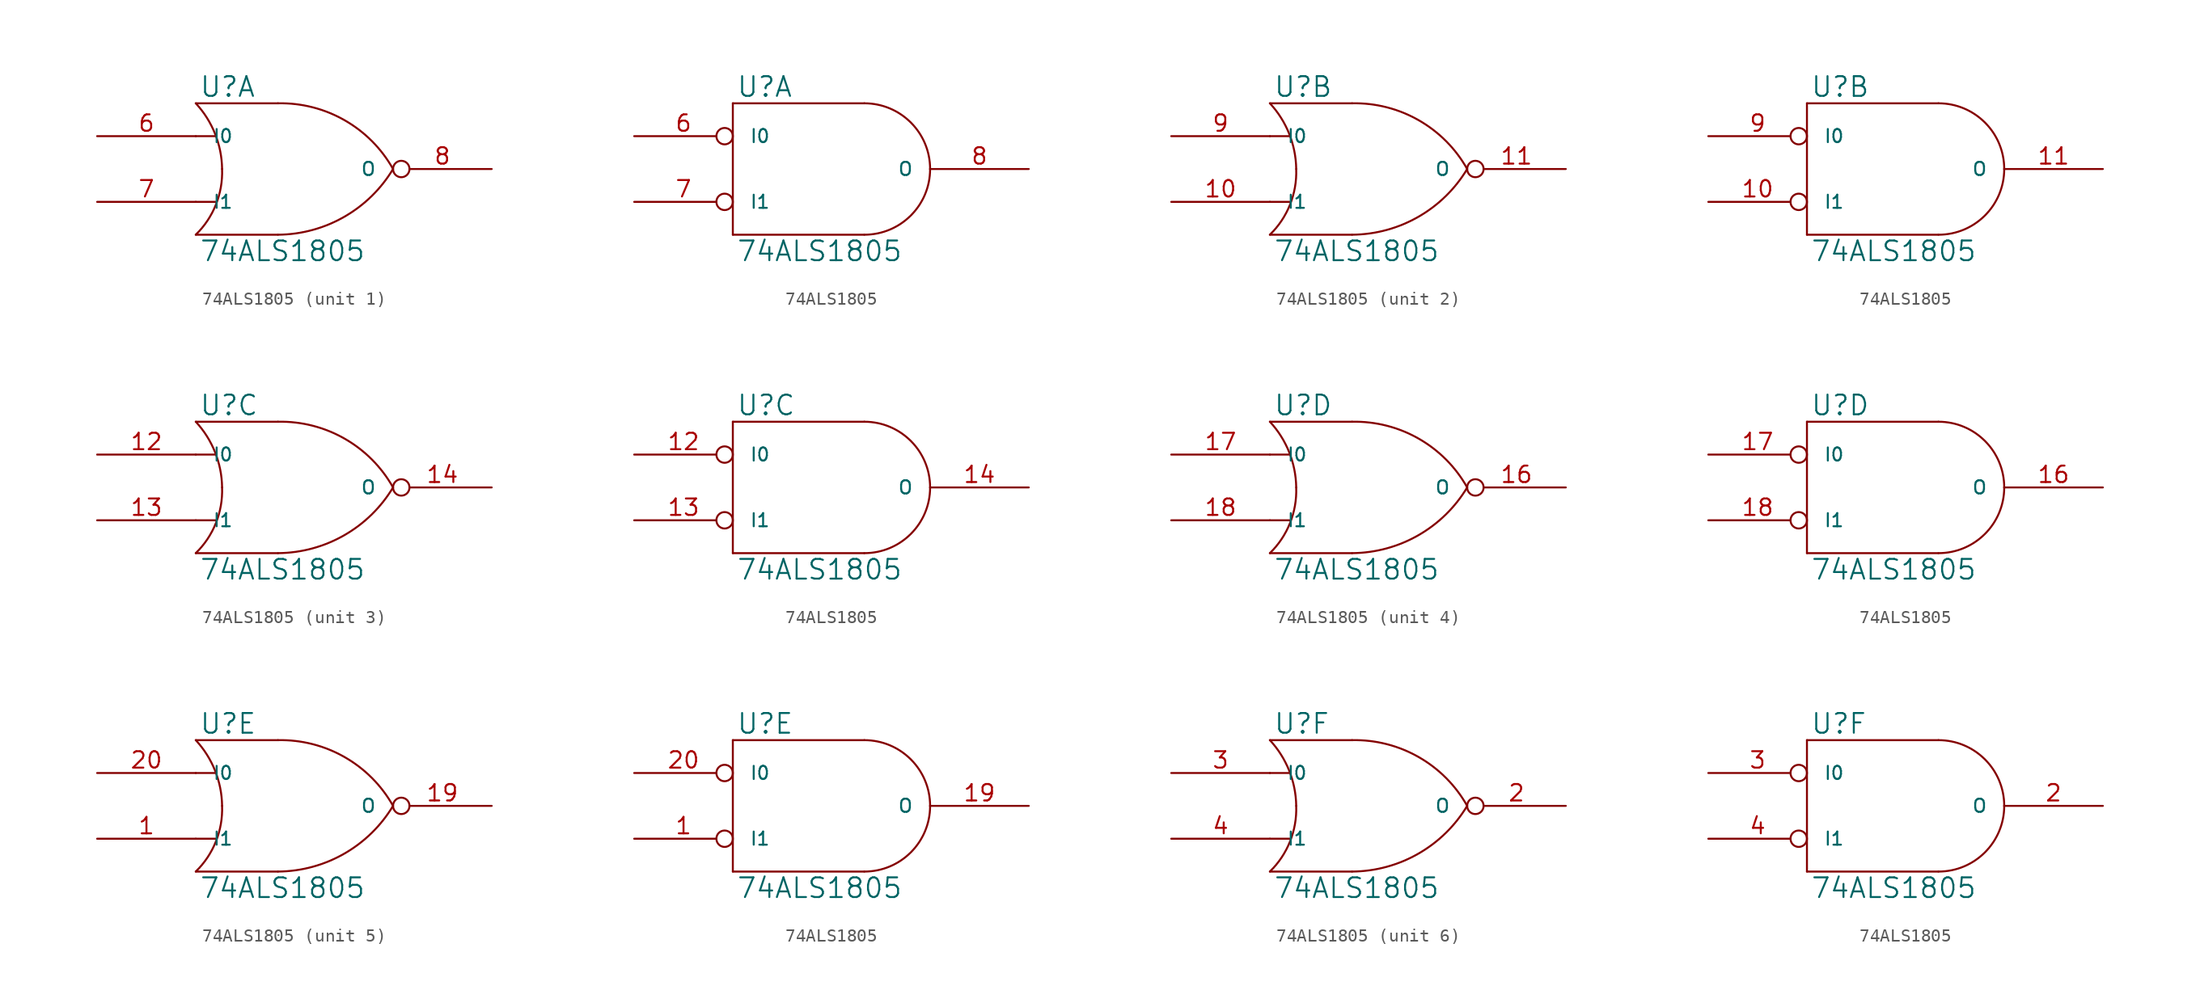
<source format=kicad_sym>
(kicad_symbol_lib
  (version 20231120)
  (generator "kicad_symbol_editor")
  (generator_version "8.0")
  (symbol "74ALS1805"
    (pin_names
      (offset 1.27))
    (property "Reference" "U"
      (at 0.254 0.381 0)
      (effects (font (size 1.524 1.524)) (justify left bottom)))
    (property "Value" "74ALS1805"
      (at 0.254 -10.541 0)
      (effects (font (size 1.524 1.524)) (justify left top)))
    (symbol "74ALS1805_0_1"
      (arc (start 0 -10.16) (mid 1.5573 -7.8293) (end 2.032 -5.08) (stroke (width 0) (type solid)) (fill (type none)))
      (polyline (pts (xy 0 -7.62) (xy 1.524 -7.62)) (stroke (width 0) (type solid)) (fill (type none)))
      (polyline (pts (xy 0 -2.54) (xy 1.524 -2.54)) (stroke (width 0) (type solid)) (fill (type none)))
      (polyline (pts (xy 6.35 -10.16) (xy 0 -10.16)) (stroke (width 0) (type solid)) (fill (type none)))
      (polyline (pts (xy 6.35 0) (xy 0 0)) (stroke (width 0) (type solid)) (fill (type none)))
      (arc (start 2.032 -5.08) (mid 1.4906 -2.3584) (end 0 0) (stroke (width 0) (type solid)) (fill (type none)))
      (arc (start 6.35 -10.16) (mid 11.4496 -8.7875) (end 15.24 -5.08) (stroke (width 0) (type solid)) (fill (type none)))
      (arc (start 15.24 -5.08) (mid 11.4893 -1.3041) (end 6.35 0) (stroke (width 0) (type solid)) (fill (type none))))
    (symbol "74ALS1805_0_2"
      (polyline (pts (xy 0 -10.16) (xy 10.16 -10.16)) (stroke (width 0) (type solid)) (fill (type none)))
      (polyline (pts (xy 0 0) (xy 0 -10.16)) (stroke (width 0) (type solid)) (fill (type none)))
      (polyline (pts (xy 10.16 0) (xy 0 0)) (stroke (width 0) (type solid)) (fill (type none)))
      (arc (start 10.16 -10.16) (mid 13.7521 -8.6721) (end 15.24 -5.08) (stroke (width 0) (type solid)) (fill (type none)))
      (arc (start 15.24 -5.08) (mid 13.7521 -1.4879) (end 10.16 0) (stroke (width 0) (type solid)) (fill (type none))))
    (symbol "74ALS1805_1_1"
      (pin power_in line (at 0 -10.16 90) (length 0) hide (name "GND" (effects (font (size 1.016 1.016)))) (number "15" (effects (font (size 1.27 1.27)))))
      (pin power_in line (at 0 0 270) (length 0) hide (name "VCC" (effects (font (size 1.016 1.016)))) (number "5" (effects (font (size 1.27 1.27)))))
      (pin input line (at -7.62 -2.54 0) (length 7.62) (name "I0" (effects (font (size 1.016 1.016)))) (number "6" (effects (font (size 1.27 1.27)))))
      (pin input line (at -7.62 -7.62 0) (length 7.62) (name "I1" (effects (font (size 1.016 1.016)))) (number "7" (effects (font (size 1.27 1.27)))))
      (pin output inverted (at 22.86 -5.08 180) (length 7.62) (name "O" (effects (font (size 1.016 1.016)))) (number "8" (effects (font (size 1.27 1.27))))))
    (symbol "74ALS1805_1_2"
      (pin power_in line (at 0 -10.16 90) (length 0) hide (name "GND" (effects (font (size 1.016 1.016)))) (number "15" (effects (font (size 1.27 1.27)))))
      (pin power_in line (at 0 0 270) (length 0) hide (name "VCC" (effects (font (size 1.016 1.016)))) (number "5" (effects (font (size 1.27 1.27)))))
      (pin input inverted (at -7.62 -2.54 0) (length 7.62) (name "I0" (effects (font (size 1.016 1.016)))) (number "6" (effects (font (size 1.27 1.27)))))
      (pin input inverted (at -7.62 -7.62 0) (length 7.62) (name "I1" (effects (font (size 1.016 1.016)))) (number "7" (effects (font (size 1.27 1.27)))))
      (pin output line (at 22.86 -5.08 180) (length 7.62) (name "O" (effects (font (size 1.016 1.016)))) (number "8" (effects (font (size 1.27 1.27))))))
    (symbol "74ALS1805_2_1"
      (pin input line (at -7.62 -7.62 0) (length 7.62) (name "I1" (effects (font (size 1.016 1.016)))) (number "10" (effects (font (size 1.27 1.27)))))
      (pin output inverted (at 22.86 -5.08 180) (length 7.62) (name "O" (effects (font (size 1.016 1.016)))) (number "11" (effects (font (size 1.27 1.27)))))
      (pin power_in line (at 0 -10.16 90) (length 0) hide (name "GND" (effects (font (size 1.016 1.016)))) (number "15" (effects (font (size 1.27 1.27)))))
      (pin power_in line (at 0 0 270) (length 0) hide (name "VCC" (effects (font (size 1.016 1.016)))) (number "5" (effects (font (size 1.27 1.27)))))
      (pin input line (at -7.62 -2.54 0) (length 7.62) (name "I0" (effects (font (size 1.016 1.016)))) (number "9" (effects (font (size 1.27 1.27))))))
    (symbol "74ALS1805_2_2"
      (pin input inverted (at -7.62 -7.62 0) (length 7.62) (name "I1" (effects (font (size 1.016 1.016)))) (number "10" (effects (font (size 1.27 1.27)))))
      (pin output line (at 22.86 -5.08 180) (length 7.62) (name "O" (effects (font (size 1.016 1.016)))) (number "11" (effects (font (size 1.27 1.27)))))
      (pin power_in line (at 0 -10.16 90) (length 0) hide (name "GND" (effects (font (size 1.016 1.016)))) (number "15" (effects (font (size 1.27 1.27)))))
      (pin power_in line (at 0 0 270) (length 0) hide (name "VCC" (effects (font (size 1.016 1.016)))) (number "5" (effects (font (size 1.27 1.27)))))
      (pin input inverted (at -7.62 -2.54 0) (length 7.62) (name "I0" (effects (font (size 1.016 1.016)))) (number "9" (effects (font (size 1.27 1.27))))))
    (symbol "74ALS1805_3_1"
      (pin input line (at -7.62 -2.54 0) (length 7.62) (name "I0" (effects (font (size 1.016 1.016)))) (number "12" (effects (font (size 1.27 1.27)))))
      (pin input line (at -7.62 -7.62 0) (length 7.62) (name "I1" (effects (font (size 1.016 1.016)))) (number "13" (effects (font (size 1.27 1.27)))))
      (pin output inverted (at 22.86 -5.08 180) (length 7.62) (name "O" (effects (font (size 1.016 1.016)))) (number "14" (effects (font (size 1.27 1.27)))))
      (pin power_in line (at 0 -10.16 90) (length 0) hide (name "GND" (effects (font (size 1.016 1.016)))) (number "15" (effects (font (size 1.27 1.27)))))
      (pin power_in line (at 0 0 270) (length 0) hide (name "VCC" (effects (font (size 1.016 1.016)))) (number "5" (effects (font (size 1.27 1.27))))))
    (symbol "74ALS1805_3_2"
      (pin input inverted (at -7.62 -2.54 0) (length 7.62) (name "I0" (effects (font (size 1.016 1.016)))) (number "12" (effects (font (size 1.27 1.27)))))
      (pin input inverted (at -7.62 -7.62 0) (length 7.62) (name "I1" (effects (font (size 1.016 1.016)))) (number "13" (effects (font (size 1.27 1.27)))))
      (pin output line (at 22.86 -5.08 180) (length 7.62) (name "O" (effects (font (size 1.016 1.016)))) (number "14" (effects (font (size 1.27 1.27)))))
      (pin power_in line (at 0 -10.16 90) (length 0) hide (name "GND" (effects (font (size 1.016 1.016)))) (number "15" (effects (font (size 1.27 1.27)))))
      (pin power_in line (at 0 0 270) (length 0) hide (name "VCC" (effects (font (size 1.016 1.016)))) (number "5" (effects (font (size 1.27 1.27))))))
    (symbol "74ALS1805_4_1"
      (pin power_in line (at 0 -10.16 90) (length 0) hide (name "GND" (effects (font (size 1.016 1.016)))) (number "15" (effects (font (size 1.27 1.27)))))
      (pin output inverted (at 22.86 -5.08 180) (length 7.62) (name "O" (effects (font (size 1.016 1.016)))) (number "16" (effects (font (size 1.27 1.27)))))
      (pin input line (at -7.62 -2.54 0) (length 7.62) (name "I0" (effects (font (size 1.016 1.016)))) (number "17" (effects (font (size 1.27 1.27)))))
      (pin input line (at -7.62 -7.62 0) (length 7.62) (name "I1" (effects (font (size 1.016 1.016)))) (number "18" (effects (font (size 1.27 1.27)))))
      (pin power_in line (at 0 0 270) (length 0) hide (name "VCC" (effects (font (size 1.016 1.016)))) (number "5" (effects (font (size 1.27 1.27))))))
    (symbol "74ALS1805_4_2"
      (pin power_in line (at 0 -10.16 90) (length 0) hide (name "GND" (effects (font (size 1.016 1.016)))) (number "15" (effects (font (size 1.27 1.27)))))
      (pin output line (at 22.86 -5.08 180) (length 7.62) (name "O" (effects (font (size 1.016 1.016)))) (number "16" (effects (font (size 1.27 1.27)))))
      (pin input inverted (at -7.62 -2.54 0) (length 7.62) (name "I0" (effects (font (size 1.016 1.016)))) (number "17" (effects (font (size 1.27 1.27)))))
      (pin input inverted (at -7.62 -7.62 0) (length 7.62) (name "I1" (effects (font (size 1.016 1.016)))) (number "18" (effects (font (size 1.27 1.27)))))
      (pin power_in line (at 0 0 270) (length 0) hide (name "VCC" (effects (font (size 1.016 1.016)))) (number "5" (effects (font (size 1.27 1.27))))))
    (symbol "74ALS1805_5_1"
      (pin input line (at -7.62 -7.62 0) (length 7.62) (name "I1" (effects (font (size 1.016 1.016)))) (number "1" (effects (font (size 1.27 1.27)))))
      (pin power_in line (at 0 -10.16 90) (length 0) hide (name "GND" (effects (font (size 1.016 1.016)))) (number "15" (effects (font (size 1.27 1.27)))))
      (pin output inverted (at 22.86 -5.08 180) (length 7.62) (name "O" (effects (font (size 1.016 1.016)))) (number "19" (effects (font (size 1.27 1.27)))))
      (pin input line (at -7.62 -2.54 0) (length 7.62) (name "I0" (effects (font (size 1.016 1.016)))) (number "20" (effects (font (size 1.27 1.27)))))
      (pin power_in line (at 0 0 270) (length 0) hide (name "VCC" (effects (font (size 1.016 1.016)))) (number "5" (effects (font (size 1.27 1.27))))))
    (symbol "74ALS1805_5_2"
      (pin input inverted (at -7.62 -7.62 0) (length 7.62) (name "I1" (effects (font (size 1.016 1.016)))) (number "1" (effects (font (size 1.27 1.27)))))
      (pin power_in line (at 0 -10.16 90) (length 0) hide (name "GND" (effects (font (size 1.016 1.016)))) (number "15" (effects (font (size 1.27 1.27)))))
      (pin output line (at 22.86 -5.08 180) (length 7.62) (name "O" (effects (font (size 1.016 1.016)))) (number "19" (effects (font (size 1.27 1.27)))))
      (pin input inverted (at -7.62 -2.54 0) (length 7.62) (name "I0" (effects (font (size 1.016 1.016)))) (number "20" (effects (font (size 1.27 1.27)))))
      (pin power_in line (at 0 0 270) (length 0) hide (name "VCC" (effects (font (size 1.016 1.016)))) (number "5" (effects (font (size 1.27 1.27))))))
    (symbol "74ALS1805_6_1"
      (pin power_in line (at 0 -10.16 90) (length 0) hide (name "GND" (effects (font (size 1.016 1.016)))) (number "15" (effects (font (size 1.27 1.27)))))
      (pin output inverted (at 22.86 -5.08 180) (length 7.62) (name "O" (effects (font (size 1.016 1.016)))) (number "2" (effects (font (size 1.27 1.27)))))
      (pin input line (at -7.62 -2.54 0) (length 7.62) (name "I0" (effects (font (size 1.016 1.016)))) (number "3" (effects (font (size 1.27 1.27)))))
      (pin input line (at -7.62 -7.62 0) (length 7.62) (name "I1" (effects (font (size 1.016 1.016)))) (number "4" (effects (font (size 1.27 1.27)))))
      (pin power_in line (at 0 0 270) (length 0) hide (name "VCC" (effects (font (size 1.016 1.016)))) (number "5" (effects (font (size 1.27 1.27))))))
    (symbol "74ALS1805_6_2"
      (pin power_in line (at 0 -10.16 90) (length 0) hide (name "GND" (effects (font (size 1.016 1.016)))) (number "15" (effects (font (size 1.27 1.27)))))
      (pin output line (at 22.86 -5.08 180) (length 7.62) (name "O" (effects (font (size 1.016 1.016)))) (number "2" (effects (font (size 1.27 1.27)))))
      (pin input inverted (at -7.62 -2.54 0) (length 7.62) (name "I0" (effects (font (size 1.016 1.016)))) (number "3" (effects (font (size 1.27 1.27)))))
      (pin input inverted (at -7.62 -7.62 0) (length 7.62) (name "I1" (effects (font (size 1.016 1.016)))) (number "4" (effects (font (size 1.27 1.27)))))
      (pin power_in line (at 0 0 270) (length 0) hide (name "VCC" (effects (font (size 1.016 1.016)))) (number "5" (effects (font (size 1.27 1.27))))))))
</source>
